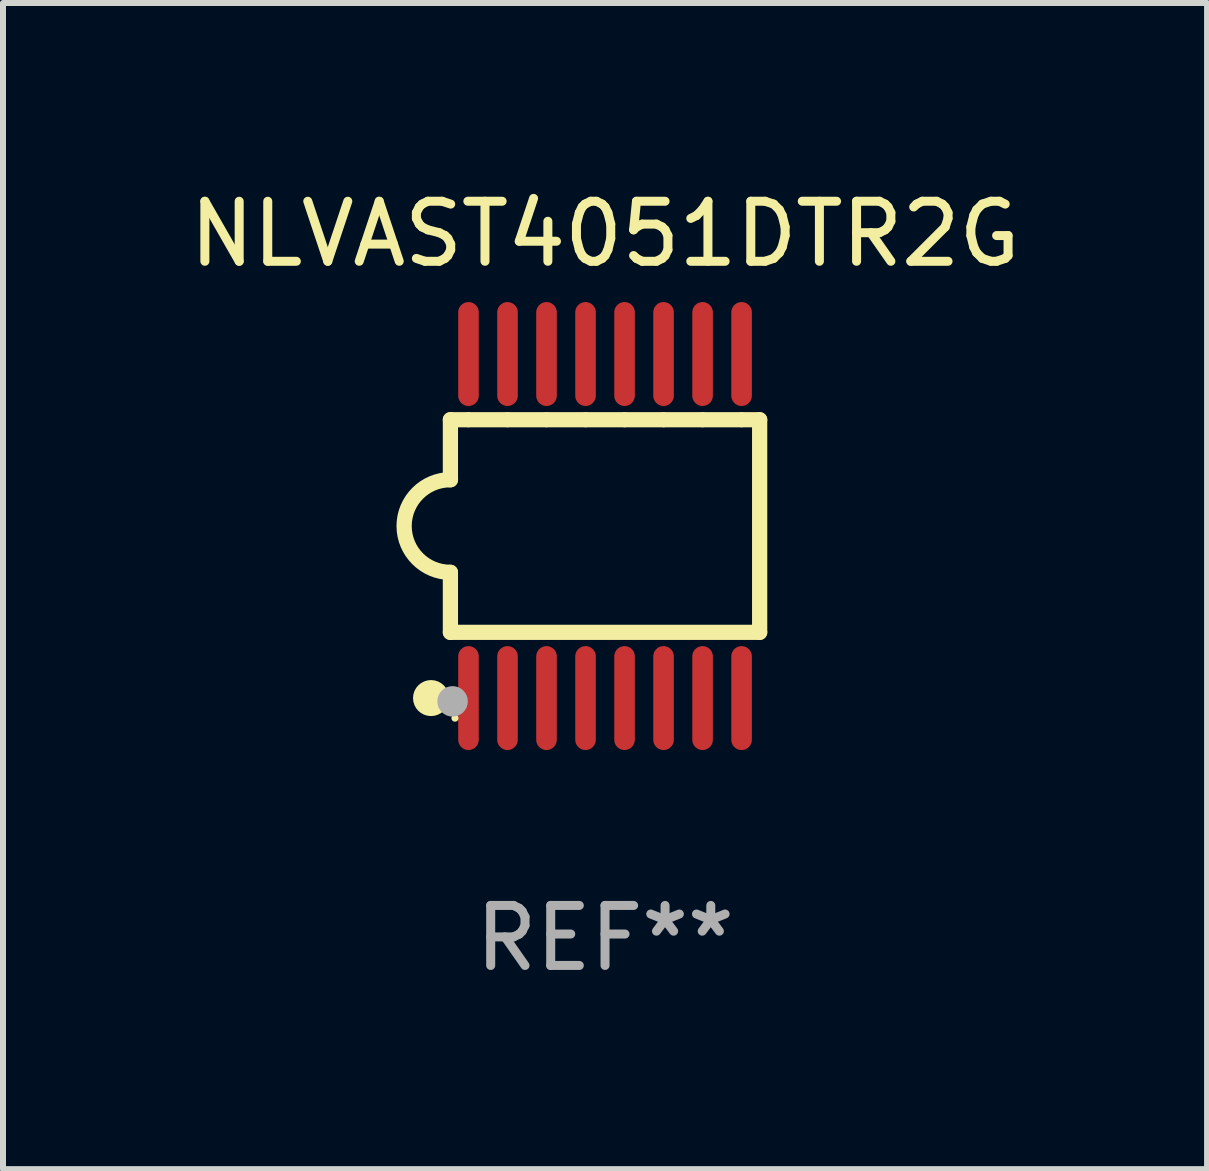
<source format=kicad_pcb>
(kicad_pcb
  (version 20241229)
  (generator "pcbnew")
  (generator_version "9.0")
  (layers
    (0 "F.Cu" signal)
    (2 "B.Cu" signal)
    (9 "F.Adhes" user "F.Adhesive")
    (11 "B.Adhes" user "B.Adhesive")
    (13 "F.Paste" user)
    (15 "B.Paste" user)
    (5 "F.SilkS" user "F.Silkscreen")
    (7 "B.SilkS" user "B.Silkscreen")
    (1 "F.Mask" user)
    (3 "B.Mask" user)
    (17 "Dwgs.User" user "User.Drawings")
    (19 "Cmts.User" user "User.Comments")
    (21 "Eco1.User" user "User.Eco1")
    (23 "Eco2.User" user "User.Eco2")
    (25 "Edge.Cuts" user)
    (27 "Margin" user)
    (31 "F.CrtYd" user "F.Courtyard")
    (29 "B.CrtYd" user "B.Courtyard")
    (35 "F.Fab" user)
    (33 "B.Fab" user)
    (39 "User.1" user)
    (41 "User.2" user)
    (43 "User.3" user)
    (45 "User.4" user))
  (footprint "NLVAST4051DTR2G"
    (layer "F.Cu")
    (at 7.03 5.714)
    (property "Reference" "NLVAST4051DTR2G" (at 0 -4.866 0) (layer "F.SilkS") (effects (font (size 1 1) (thickness 0.15))))
    (attr through_hole)
    (fp_line (start -2.576 -1.771) (end -2.576 -0.771) (stroke (width 0.254) (type solid)) (layer "F.SilkS"))
    (fp_line (start -2.576 -1.771) (end -2.289 -1.771) (stroke (width 0.254) (type solid)) (layer "F.SilkS"))
    (fp_line (start -2.576 1.771) (end -2.576 0.771) (stroke (width 0.254) (type solid)) (layer "F.SilkS"))
    (fp_line (start -2.261 -1.771) (end -1.639 -1.771) (stroke (width 0.254) (type solid)) (layer "F.SilkS"))
    (fp_line (start -1.612 -1.771) (end -0.989 -1.771) (stroke (width 0.254) (type solid)) (layer "F.SilkS"))
    (fp_line (start -0.962 -1.771) (end -0.338 -1.771) (stroke (width 0.254) (type solid)) (layer "F.SilkS"))
    (fp_line (start -0.311 -1.771) (end 0.312 -1.771) (stroke (width 0.254) (type solid)) (layer "F.SilkS"))
    (fp_line (start 0.339 -1.771) (end 0.962 -1.771) (stroke (width 0.254) (type solid)) (layer "F.SilkS"))
    (fp_line (start 0.989 -1.771) (end 1.612 -1.771) (stroke (width 0.254) (type solid)) (layer "F.SilkS"))
    (fp_line (start 1.639 -1.771) (end 2.261 -1.771) (stroke (width 0.254) (type solid)) (layer "F.SilkS"))
    (fp_line (start 2.289 -1.771) (end 2.576 -1.771) (stroke (width 0.254) (type solid)) (layer "F.SilkS"))
    (fp_line (start 2.576 -1.771) (end 2.576 1.771) (stroke (width 0.254) (type solid)) (layer "F.SilkS"))
    (fp_line (start 2.576 1.771) (end -2.576 1.771) (stroke (width 0.254) (type solid)) (layer "F.SilkS"))
    (fp_arc (start -2.576226 0.7714) (mid -3.346889 -0.000648) (end -2.575311 -0.771781) (stroke (width 0.254001) (type solid)) (layer "F.SilkS"))
    (fp_circle (center -2.899 2.866) (end -2.749 2.866) (stroke (width 0.3) (type solid)) (fill no) (layer "F.SilkS"))
    (fp_circle (center -2.5 3.2) (end -2.47 3.2) (stroke (width 0.06) (type solid)) (fill no) (layer "F.SilkS"))
    (fp_circle (center -2.54 2.921) (end -2.413 2.921) (stroke (width 0.254) (type solid)) (fill no) (layer "F.Fab"))
    (fp_text user "REF**" (at 0 6.866 0) (layer "F.Fab") (effects (font (size 1 1) (thickness 0.15))))
    (pad "1" smd oval (at -2.275 2.866) (size 0.343 1.731) (layers "F.Cu" "F.Mask" "F.Paste"))
    (pad "2" smd oval (at -1.625 2.866) (size 0.343 1.731) (layers "F.Cu" "F.Mask" "F.Paste"))
    (pad "3" smd oval (at -0.975 2.866) (size 0.343 1.731) (layers "F.Cu" "F.Mask" "F.Paste"))
    (pad "4" smd oval (at -0.325 2.866) (size 0.343 1.731) (layers "F.Cu" "F.Mask" "F.Paste"))
    (pad "5" smd oval (at 0.325 2.866) (size 0.343 1.731) (layers "F.Cu" "F.Mask" "F.Paste"))
    (pad "6" smd oval (at 0.975 2.866) (size 0.343 1.731) (layers "F.Cu" "F.Mask" "F.Paste"))
    (pad "7" smd oval (at 1.625 2.866) (size 0.343 1.731) (layers "F.Cu" "F.Mask" "F.Paste"))
    (pad "8" smd oval (at 2.275 2.866) (size 0.343 1.731) (layers "F.Cu" "F.Mask" "F.Paste"))
    (pad "9" smd oval (at 2.275 -2.866) (size 0.343 1.731) (layers "F.Cu" "F.Mask" "F.Paste"))
    (pad "10" smd oval (at 1.625 -2.866) (size 0.343 1.731) (layers "F.Cu" "F.Mask" "F.Paste"))
    (pad "11" smd oval (at 0.975 -2.866) (size 0.343 1.731) (layers "F.Cu" "F.Mask" "F.Paste"))
    (pad "12" smd oval (at 0.325 -2.866) (size 0.343 1.731) (layers "F.Cu" "F.Mask" "F.Paste"))
    (pad "13" smd oval (at -0.325 -2.866) (size 0.343 1.731) (layers "F.Cu" "F.Mask" "F.Paste"))
    (pad "14" smd oval (at -0.975 -2.866) (size 0.343 1.731) (layers "F.Cu" "F.Mask" "F.Paste"))
    (pad "15" smd oval (at -1.625 -2.866) (size 0.343 1.731) (layers "F.Cu" "F.Mask" "F.Paste"))
    (pad "16" smd oval (at -2.275 -2.866) (size 0.343 1.731) (layers "F.Cu" "F.Mask" "F.Paste")))
  (gr_rect
    (start -3 -3)
    (end 17.06 16.428)
    (stroke (width 0.1) (type default))
    (fill no)
    (layer "Edge.Cuts")))
</source>
